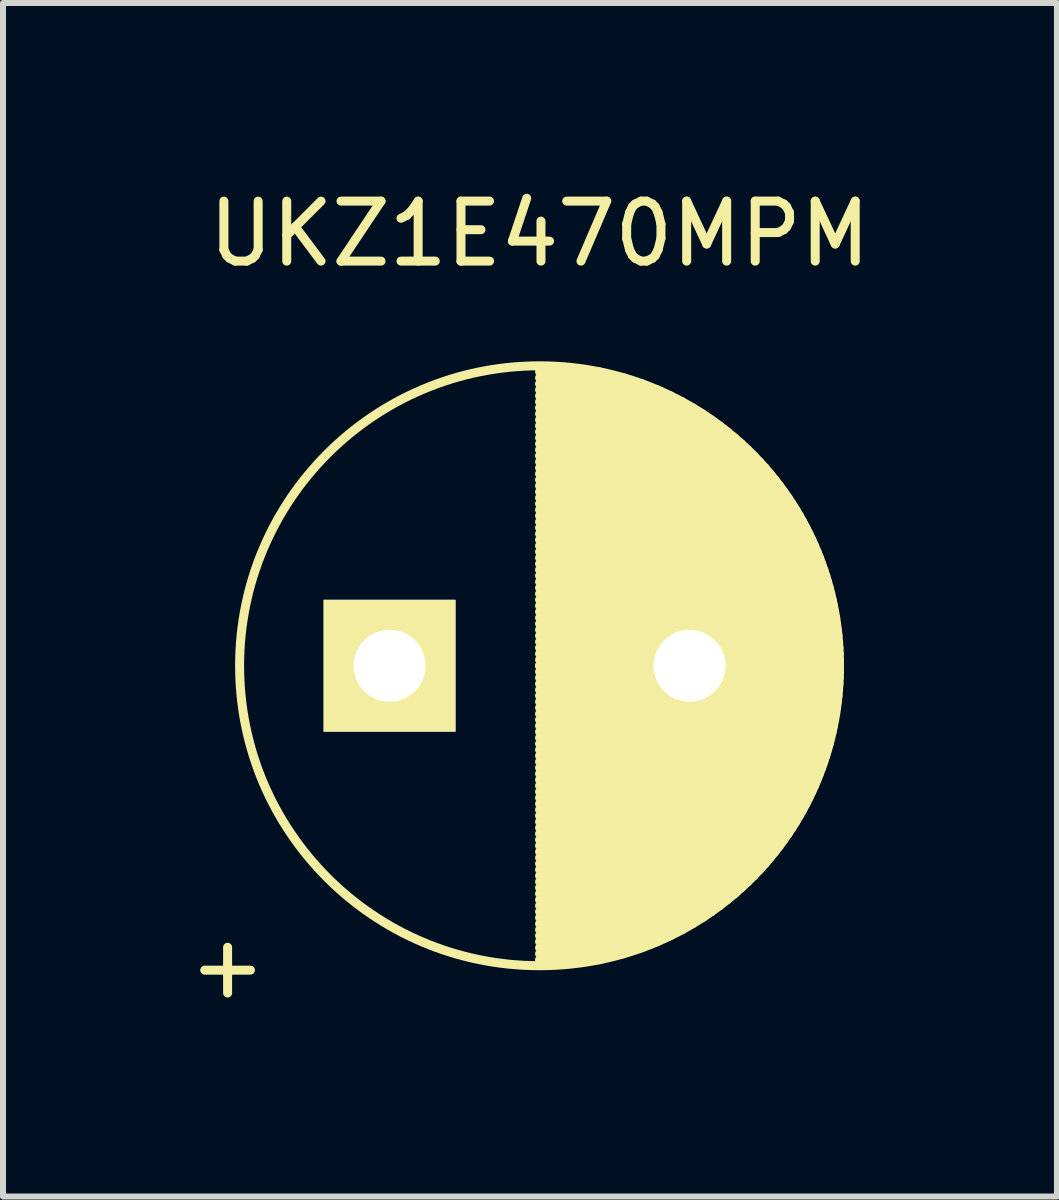
<source format=kicad_pcb>
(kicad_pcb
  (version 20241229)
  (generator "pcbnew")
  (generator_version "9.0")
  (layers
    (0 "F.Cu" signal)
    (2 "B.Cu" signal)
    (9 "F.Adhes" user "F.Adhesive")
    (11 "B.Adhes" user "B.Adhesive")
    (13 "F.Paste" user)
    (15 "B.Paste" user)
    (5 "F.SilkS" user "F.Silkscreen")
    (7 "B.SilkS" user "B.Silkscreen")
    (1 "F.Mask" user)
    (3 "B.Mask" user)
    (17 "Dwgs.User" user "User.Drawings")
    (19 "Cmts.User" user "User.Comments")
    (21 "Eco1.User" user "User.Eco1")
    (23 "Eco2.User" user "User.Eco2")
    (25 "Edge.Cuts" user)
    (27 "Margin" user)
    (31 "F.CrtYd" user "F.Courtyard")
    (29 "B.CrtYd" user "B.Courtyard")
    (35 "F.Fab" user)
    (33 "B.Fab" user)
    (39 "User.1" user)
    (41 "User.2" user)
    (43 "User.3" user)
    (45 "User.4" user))
  (footprint "UKZ1E470MPM"
    (layer "F.Cu")
    (at 3.444 8.048)
    (property "Reference" "UKZ1E470MPM" (at 2.5 -7.2 0) (layer "F.SilkS") (effects (font (size 1 1) (thickness 0.15))))
    (attr through_hole)
    (fp_line (start 2.5 -4.9) (end 3.495 -4.9) (stroke (width 0.15) (type solid)) (layer "F.SilkS"))
    (fp_line (start 2.5 -4.8) (end 3.9 -4.8) (stroke (width 0.15) (type solid)) (layer "F.SilkS"))
    (fp_line (start 2.5 -4.7) (end 4.206 -4.7) (stroke (width 0.15) (type solid)) (layer "F.SilkS"))
    (fp_line (start 2.5 -4.6) (end 4.46 -4.6) (stroke (width 0.15) (type solid)) (layer "F.SilkS"))
    (fp_line (start 2.5 -4.5) (end 4.679 -4.5) (stroke (width 0.15) (type solid)) (layer "F.SilkS"))
    (fp_line (start 2.5 -4.4) (end 4.875 -4.4) (stroke (width 0.15) (type solid)) (layer "F.SilkS"))
    (fp_line (start 2.5 -4.3) (end 5.051 -4.3) (stroke (width 0.15) (type solid)) (layer "F.SilkS"))
    (fp_line (start 2.5 -4.2) (end 5.213 -4.2) (stroke (width 0.15) (type solid)) (layer "F.SilkS"))
    (fp_line (start 2.5 -4.1) (end 5.362 -4.1) (stroke (width 0.15) (type solid)) (layer "F.SilkS"))
    (fp_line (start 2.5 -4) (end 5.5 -4) (stroke (width 0.15) (type solid)) (layer "F.SilkS"))
    (fp_line (start 2.5 -3.9) (end 5.629 -3.9) (stroke (width 0.15) (type solid)) (layer "F.SilkS"))
    (fp_line (start 2.5 -3.8) (end 5.75 -3.8) (stroke (width 0.15) (type solid)) (layer "F.SilkS"))
    (fp_line (start 2.5 -3.7) (end 5.863 -3.7) (stroke (width 0.15) (type solid)) (layer "F.SilkS"))
    (fp_line (start 2.5 -3.6) (end 5.97 -3.6) (stroke (width 0.15) (type solid)) (layer "F.SilkS"))
    (fp_line (start 2.5 -3.5) (end 6.071 -3.5) (stroke (width 0.15) (type solid)) (layer "F.SilkS"))
    (fp_line (start 2.5 -3.4) (end 6.166 -3.4) (stroke (width 0.15) (type solid)) (layer "F.SilkS"))
    (fp_line (start 2.5 -3.3) (end 6.256 -3.3) (stroke (width 0.15) (type solid)) (layer "F.SilkS"))
    (fp_line (start 2.5 -3.2) (end 6.342 -3.2) (stroke (width 0.15) (type solid)) (layer "F.SilkS"))
    (fp_line (start 2.5 -3.1) (end 6.423 -3.1) (stroke (width 0.15) (type solid)) (layer "F.SilkS"))
    (fp_line (start 2.5 -3) (end 6.5 -3) (stroke (width 0.15) (type solid)) (layer "F.SilkS"))
    (fp_line (start 2.5 -2.9) (end 6.573 -2.9) (stroke (width 0.15) (type solid)) (layer "F.SilkS"))
    (fp_line (start 2.5 -2.8) (end 6.642 -2.8) (stroke (width 0.15) (type solid)) (layer "F.SilkS"))
    (fp_line (start 2.5 -2.7) (end 6.708 -2.7) (stroke (width 0.15) (type solid)) (layer "F.SilkS"))
    (fp_line (start 2.5 -2.6) (end 6.771 -2.6) (stroke (width 0.15) (type solid)) (layer "F.SilkS"))
    (fp_line (start 2.5 -2.5) (end 6.83 -2.5) (stroke (width 0.15) (type solid)) (layer "F.SilkS"))
    (fp_line (start 2.5 -2.4) (end 6.886 -2.4) (stroke (width 0.15) (type solid)) (layer "F.SilkS"))
    (fp_line (start 2.5 -2.3) (end 6.94 -2.3) (stroke (width 0.15) (type solid)) (layer "F.SilkS"))
    (fp_line (start 2.5 -2.2) (end 6.99 -2.2) (stroke (width 0.15) (type solid)) (layer "F.SilkS"))
    (fp_line (start 2.5 -2.1) (end 7.038 -2.1) (stroke (width 0.15) (type solid)) (layer "F.SilkS"))
    (fp_line (start 2.5 -2) (end 7.083 -2) (stroke (width 0.15) (type solid)) (layer "F.SilkS"))
    (fp_line (start 2.5 -1.9) (end 7.125 -1.9) (stroke (width 0.15) (type solid)) (layer "F.SilkS"))
    (fp_line (start 2.5 -1.8) (end 7.165 -1.8) (stroke (width 0.15) (type solid)) (layer "F.SilkS"))
    (fp_line (start 2.5 -1.7) (end 7.202 -1.7) (stroke (width 0.15) (type solid)) (layer "F.SilkS"))
    (fp_line (start 2.5 -1.6) (end 7.237 -1.6) (stroke (width 0.15) (type solid)) (layer "F.SilkS"))
    (fp_line (start 2.5 -1.5) (end 7.27 -1.5) (stroke (width 0.15) (type solid)) (layer "F.SilkS"))
    (fp_line (start 2.5 -1.4) (end 7.3 -1.4) (stroke (width 0.15) (type solid)) (layer "F.SilkS"))
    (fp_line (start 2.5 -1.3) (end 7.328 -1.3) (stroke (width 0.15) (type solid)) (layer "F.SilkS"))
    (fp_line (start 2.5 -1.2) (end 7.354 -1.2) (stroke (width 0.15) (type solid)) (layer "F.SilkS"))
    (fp_line (start 2.5 -1.1) (end 7.377 -1.1) (stroke (width 0.15) (type solid)) (layer "F.SilkS"))
    (fp_line (start 2.5 -1) (end 7.399 -1) (stroke (width 0.15) (type solid)) (layer "F.SilkS"))
    (fp_line (start 2.5 -0.9) (end 7.418 -0.9) (stroke (width 0.15) (type solid)) (layer "F.SilkS"))
    (fp_line (start 2.5 -0.8) (end 7.436 -0.8) (stroke (width 0.15) (type solid)) (layer "F.SilkS"))
    (fp_line (start 2.5 -0.7) (end 7.451 -0.7) (stroke (width 0.15) (type solid)) (layer "F.SilkS"))
    (fp_line (start 2.5 -0.6) (end 7.464 -0.6) (stroke (width 0.15) (type solid)) (layer "F.SilkS"))
    (fp_line (start 2.5 -0.5) (end 7.475 -0.5) (stroke (width 0.15) (type solid)) (layer "F.SilkS"))
    (fp_line (start 2.5 -0.4) (end 7.484 -0.4) (stroke (width 0.15) (type solid)) (layer "F.SilkS"))
    (fp_line (start 2.5 -0.3) (end 7.491 -0.3) (stroke (width 0.15) (type solid)) (layer "F.SilkS"))
    (fp_line (start 2.5 -0.2) (end 7.496 -0.2) (stroke (width 0.15) (type solid)) (layer "F.SilkS"))
    (fp_line (start 2.5 -0.1) (end 7.499 -0.1) (stroke (width 0.15) (type solid)) (layer "F.SilkS"))
    (fp_line (start 2.5 0) (end 7.5 0) (stroke (width 0.15) (type solid)) (layer "F.SilkS"))
    (fp_line (start 2.5 0) (end 7.5 0) (stroke (width 0.15) (type solid)) (layer "F.SilkS"))
    (fp_line (start 2.5 0.1) (end 7.499 0.1) (stroke (width 0.15) (type solid)) (layer "F.SilkS"))
    (fp_line (start 2.5 0.2) (end 7.496 0.2) (stroke (width 0.15) (type solid)) (layer "F.SilkS"))
    (fp_line (start 2.5 0.3) (end 7.491 0.3) (stroke (width 0.15) (type solid)) (layer "F.SilkS"))
    (fp_line (start 2.5 0.4) (end 7.484 0.4) (stroke (width 0.15) (type solid)) (layer "F.SilkS"))
    (fp_line (start 2.5 0.5) (end 7.475 0.5) (stroke (width 0.15) (type solid)) (layer "F.SilkS"))
    (fp_line (start 2.5 0.6) (end 7.464 0.6) (stroke (width 0.15) (type solid)) (layer "F.SilkS"))
    (fp_line (start 2.5 0.7) (end 7.451 0.7) (stroke (width 0.15) (type solid)) (layer "F.SilkS"))
    (fp_line (start 2.5 0.8) (end 7.436 0.8) (stroke (width 0.15) (type solid)) (layer "F.SilkS"))
    (fp_line (start 2.5 0.9) (end 7.418 0.9) (stroke (width 0.15) (type solid)) (layer "F.SilkS"))
    (fp_line (start 2.5 1) (end 7.399 1) (stroke (width 0.15) (type solid)) (layer "F.SilkS"))
    (fp_line (start 2.5 1.1) (end 7.377 1.1) (stroke (width 0.15) (type solid)) (layer "F.SilkS"))
    (fp_line (start 2.5 1.2) (end 7.354 1.2) (stroke (width 0.15) (type solid)) (layer "F.SilkS"))
    (fp_line (start 2.5 1.3) (end 7.328 1.3) (stroke (width 0.15) (type solid)) (layer "F.SilkS"))
    (fp_line (start 2.5 1.4) (end 7.3 1.4) (stroke (width 0.15) (type solid)) (layer "F.SilkS"))
    (fp_line (start 2.5 1.5) (end 7.27 1.5) (stroke (width 0.15) (type solid)) (layer "F.SilkS"))
    (fp_line (start 2.5 1.6) (end 7.237 1.6) (stroke (width 0.15) (type solid)) (layer "F.SilkS"))
    (fp_line (start 2.5 1.7) (end 7.202 1.7) (stroke (width 0.15) (type solid)) (layer "F.SilkS"))
    (fp_line (start 2.5 1.8) (end 7.165 1.8) (stroke (width 0.15) (type solid)) (layer "F.SilkS"))
    (fp_line (start 2.5 1.9) (end 7.125 1.9) (stroke (width 0.15) (type solid)) (layer "F.SilkS"))
    (fp_line (start 2.5 2) (end 7.083 2) (stroke (width 0.15) (type solid)) (layer "F.SilkS"))
    (fp_line (start 2.5 2.1) (end 7.038 2.1) (stroke (width 0.15) (type solid)) (layer "F.SilkS"))
    (fp_line (start 2.5 2.2) (end 6.99 2.2) (stroke (width 0.15) (type solid)) (layer "F.SilkS"))
    (fp_line (start 2.5 2.3) (end 6.94 2.3) (stroke (width 0.15) (type solid)) (layer "F.SilkS"))
    (fp_line (start 2.5 2.4) (end 6.886 2.4) (stroke (width 0.15) (type solid)) (layer "F.SilkS"))
    (fp_line (start 2.5 2.5) (end 6.83 2.5) (stroke (width 0.15) (type solid)) (layer "F.SilkS"))
    (fp_line (start 2.5 2.6) (end 6.771 2.6) (stroke (width 0.15) (type solid)) (layer "F.SilkS"))
    (fp_line (start 2.5 2.7) (end 6.708 2.7) (stroke (width 0.15) (type solid)) (layer "F.SilkS"))
    (fp_line (start 2.5 2.8) (end 6.642 2.8) (stroke (width 0.15) (type solid)) (layer "F.SilkS"))
    (fp_line (start 2.5 2.9) (end 6.573 2.9) (stroke (width 0.15) (type solid)) (layer "F.SilkS"))
    (fp_line (start 2.5 3) (end 6.5 3) (stroke (width 0.15) (type solid)) (layer "F.SilkS"))
    (fp_line (start 2.5 3.1) (end 6.423 3.1) (stroke (width 0.15) (type solid)) (layer "F.SilkS"))
    (fp_line (start 2.5 3.2) (end 6.342 3.2) (stroke (width 0.15) (type solid)) (layer "F.SilkS"))
    (fp_line (start 2.5 3.3) (end 6.256 3.3) (stroke (width 0.15) (type solid)) (layer "F.SilkS"))
    (fp_line (start 2.5 3.4) (end 6.166 3.4) (stroke (width 0.15) (type solid)) (layer "F.SilkS"))
    (fp_line (start 2.5 3.5) (end 6.071 3.5) (stroke (width 0.15) (type solid)) (layer "F.SilkS"))
    (fp_line (start 2.5 3.6) (end 5.97 3.6) (stroke (width 0.15) (type solid)) (layer "F.SilkS"))
    (fp_line (start 2.5 3.7) (end 5.863 3.7) (stroke (width 0.15) (type solid)) (layer "F.SilkS"))
    (fp_line (start 2.5 3.8) (end 5.75 3.8) (stroke (width 0.15) (type solid)) (layer "F.SilkS"))
    (fp_line (start 2.5 3.9) (end 5.629 3.9) (stroke (width 0.15) (type solid)) (layer "F.SilkS"))
    (fp_line (start 2.5 4) (end 5.5 4) (stroke (width 0.15) (type solid)) (layer "F.SilkS"))
    (fp_line (start 2.5 4.1) (end 5.362 4.1) (stroke (width 0.15) (type solid)) (layer "F.SilkS"))
    (fp_line (start 2.5 4.2) (end 5.213 4.2) (stroke (width 0.15) (type solid)) (layer "F.SilkS"))
    (fp_line (start 2.5 4.3) (end 5.051 4.3) (stroke (width 0.15) (type solid)) (layer "F.SilkS"))
    (fp_line (start 2.5 4.4) (end 4.875 4.4) (stroke (width 0.15) (type solid)) (layer "F.SilkS"))
    (fp_line (start 2.5 4.5) (end 4.679 4.5) (stroke (width 0.15) (type solid)) (layer "F.SilkS"))
    (fp_line (start 2.5 4.6) (end 4.46 4.6) (stroke (width 0.15) (type solid)) (layer "F.SilkS"))
    (fp_line (start 2.5 4.7) (end 4.206 4.7) (stroke (width 0.15) (type solid)) (layer "F.SilkS"))
    (fp_line (start 2.5 4.8) (end 3.9 4.8) (stroke (width 0.15) (type solid)) (layer "F.SilkS"))
    (fp_line (start 2.5 4.9) (end 3.495 4.9) (stroke (width 0.15) (type solid)) (layer "F.SilkS"))
    (fp_circle (center 2.5 0) (end 2.5 -5) (stroke (width 0.15) (type solid)) (fill no) (layer "F.SilkS"))
    (fp_text user "+" (at -2.7 5 0) (layer "F.SilkS") (effects (font (size 1 1) (thickness 0.15))))
    (pad "1" thru_hole rect (at 0 0) (size 2.2 2.2) (drill 1.2) (layers "*.Cu" "*.Mask" "F.SilkS"))
    (pad "2" thru_hole circle (at 5 0) (size 2.2 2.2) (drill 1.2) (layers "*.Cu" "*.Mask" "F.SilkS")))
  (gr_rect
    (start -3 -3)
    (end 14.569 16.896)
    (stroke (width 0.1) (type default))
    (fill no)
    (layer "Edge.Cuts")))
</source>
